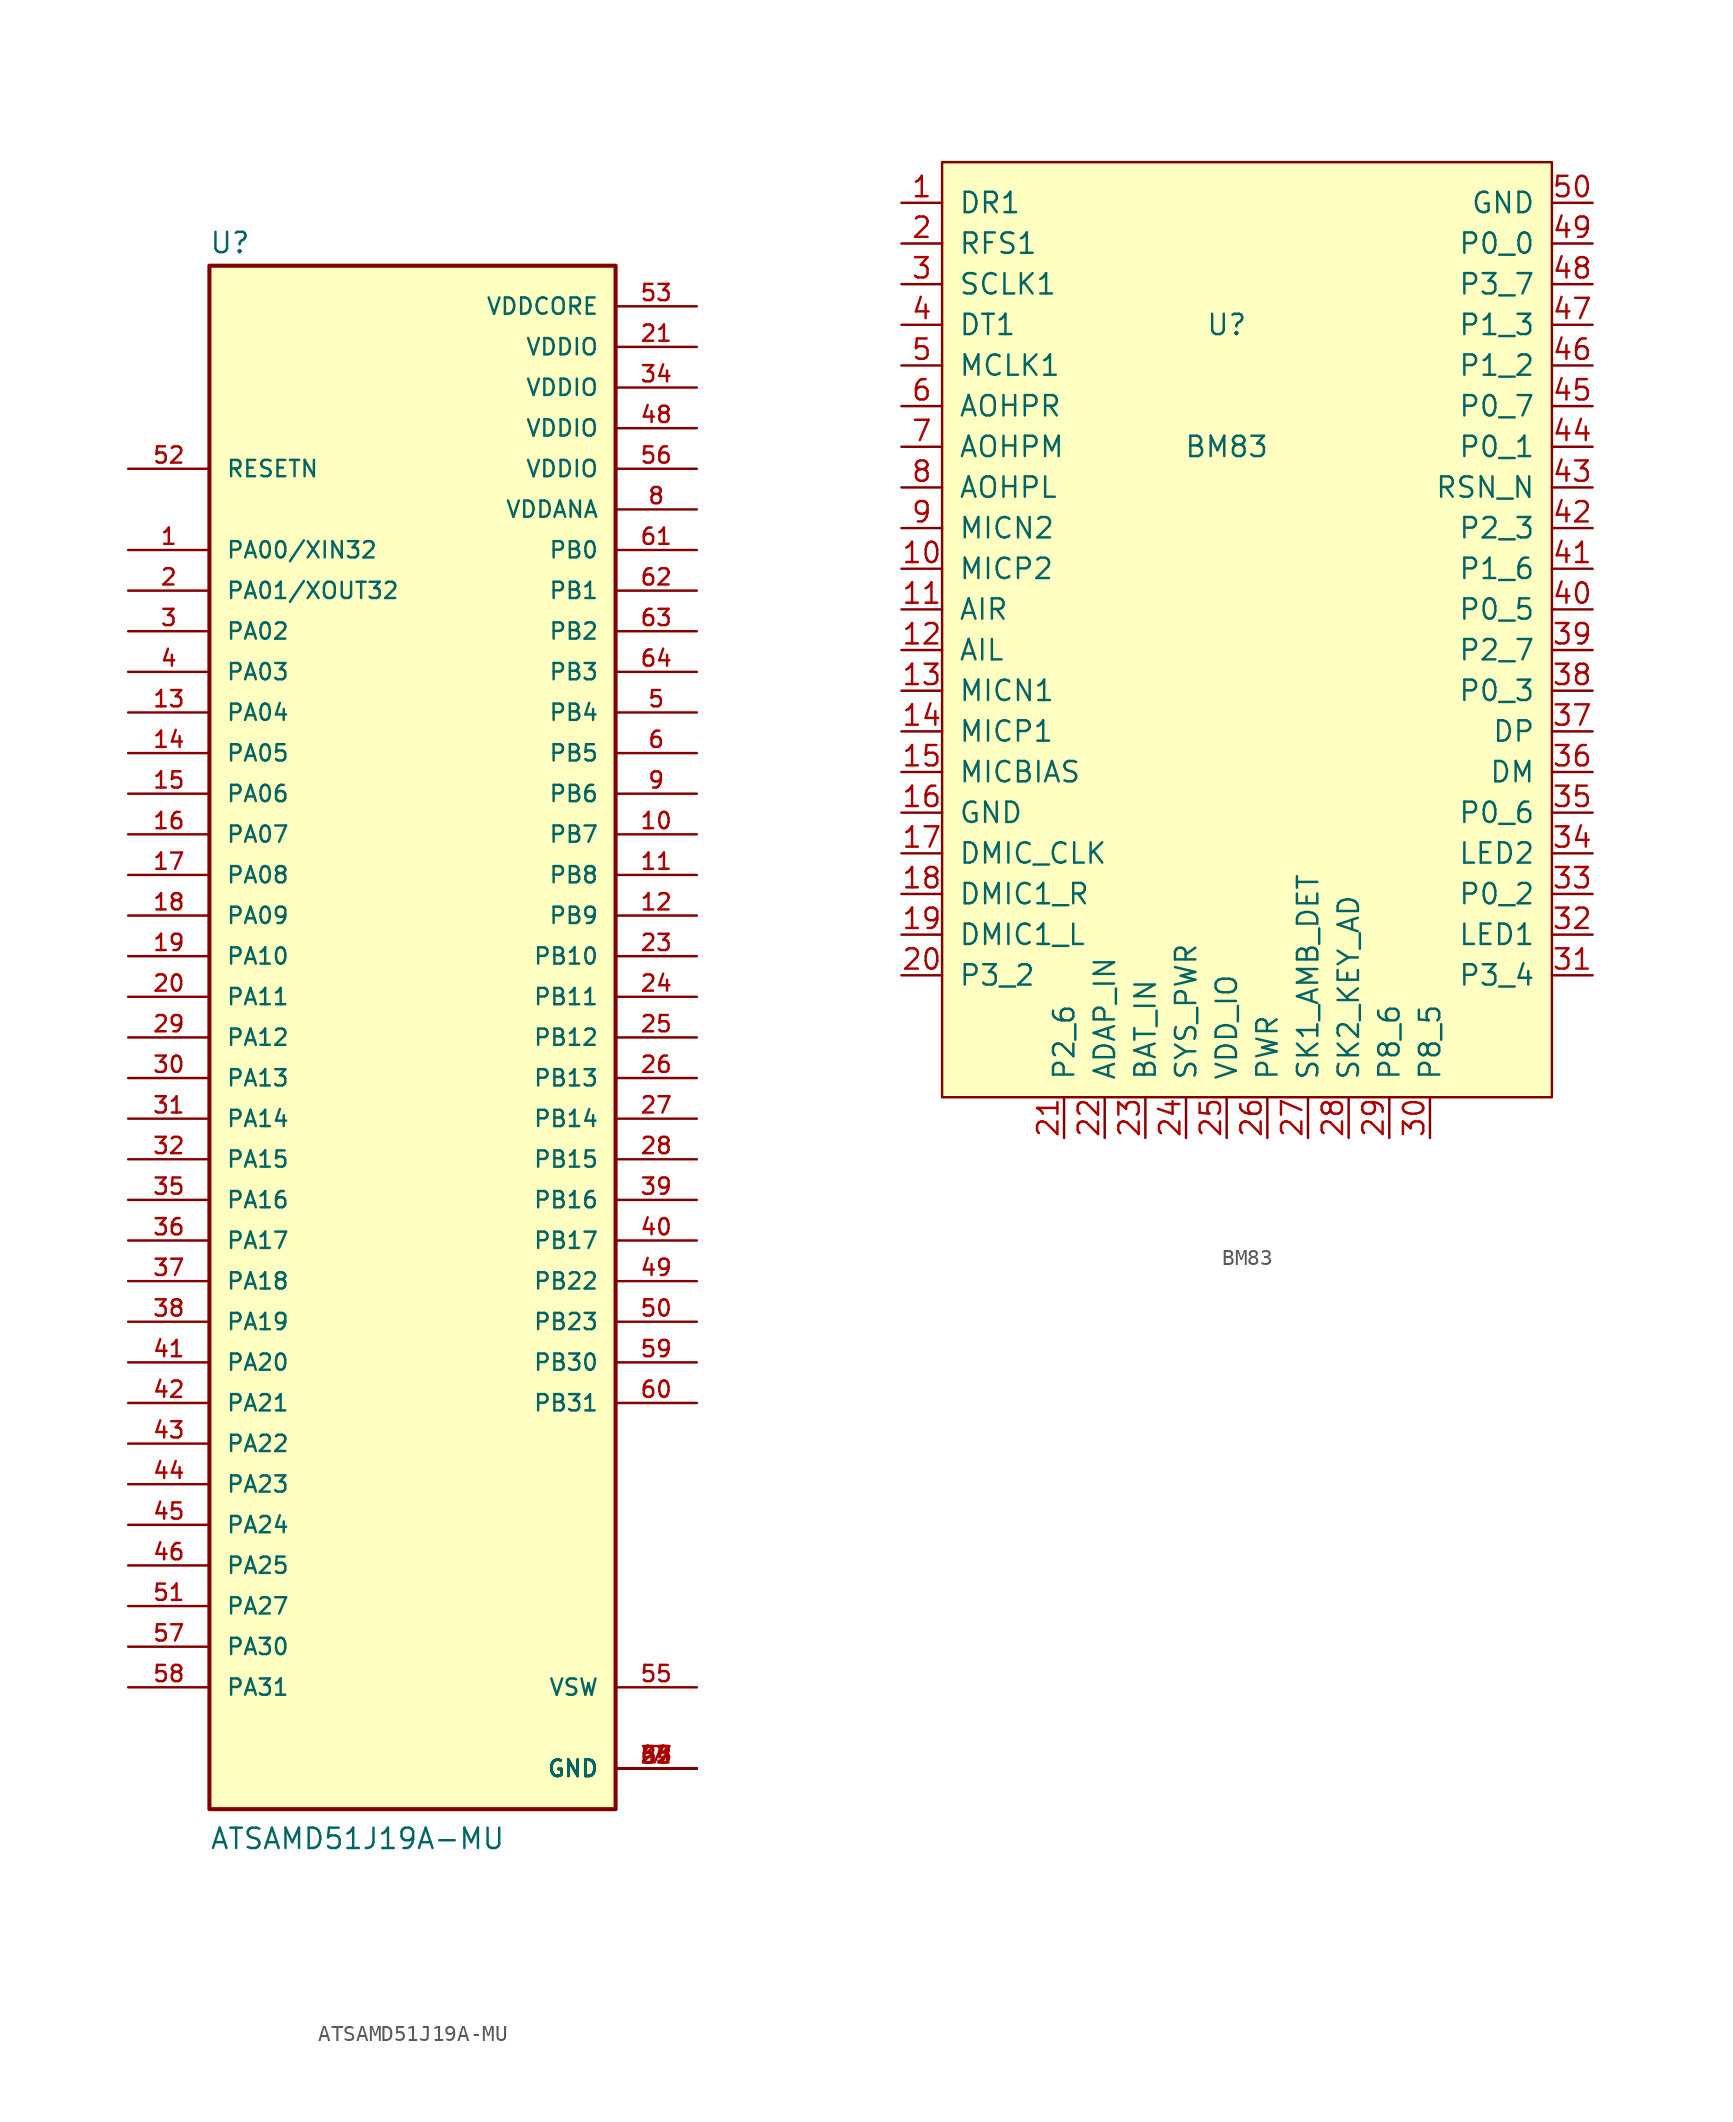
<source format=kicad_sym>
(kicad_symbol_lib
  (version 20211014)
  (generator kicad_symbol_editor)
  (symbol "ATSAMD51J19A-MU"
    (pin_names
      (offset 1.016))
    (property "Reference" "U"
      (at -12.725 48.946 0)
      (effects (font (size 1.27 1.27)) (justify left bottom)))
    (property "Value" "ATSAMD51J19A-MU"
      (at -12.7 -50.851 0)
      (effects (font (size 1.27 1.27)) (justify left bottom)))
    (property "ki_locked" ""
      (at 0 0 0)
      (effects (font (size 1.27 1.27))))
    (symbol "ATSAMD51J19A-MU_0_0"
      (rectangle (start -12.7 -48.26) (end 12.7 48.26) (stroke (width 0.254) (type default) (color 0 0 0 0)) (fill (type background)))
      (pin bidirectional line (at -17.78 30.48 0) (length 5.08) (name "PA00/XIN32" (effects (font (size 1.016 1.016)))) (number "1" (effects (font (size 1.016 1.016)))))
      (pin bidirectional line (at 17.78 12.7 180) (length 5.08) (name "PB7" (effects (font (size 1.016 1.016)))) (number "10" (effects (font (size 1.016 1.016)))))
      (pin bidirectional line (at 17.78 10.16 180) (length 5.08) (name "PB8" (effects (font (size 1.016 1.016)))) (number "11" (effects (font (size 1.016 1.016)))))
      (pin bidirectional line (at 17.78 7.62 180) (length 5.08) (name "PB9" (effects (font (size 1.016 1.016)))) (number "12" (effects (font (size 1.016 1.016)))))
      (pin bidirectional line (at -17.78 20.32 0) (length 5.08) (name "PA04" (effects (font (size 1.016 1.016)))) (number "13" (effects (font (size 1.016 1.016)))))
      (pin bidirectional line (at -17.78 17.78 0) (length 5.08) (name "PA05" (effects (font (size 1.016 1.016)))) (number "14" (effects (font (size 1.016 1.016)))))
      (pin bidirectional line (at -17.78 15.24 0) (length 5.08) (name "PA06" (effects (font (size 1.016 1.016)))) (number "15" (effects (font (size 1.016 1.016)))))
      (pin bidirectional line (at -17.78 12.7 0) (length 5.08) (name "PA07" (effects (font (size 1.016 1.016)))) (number "16" (effects (font (size 1.016 1.016)))))
      (pin bidirectional line (at -17.78 10.16 0) (length 5.08) (name "PA08" (effects (font (size 1.016 1.016)))) (number "17" (effects (font (size 1.016 1.016)))))
      (pin bidirectional line (at -17.78 7.62 0) (length 5.08) (name "PA09" (effects (font (size 1.016 1.016)))) (number "18" (effects (font (size 1.016 1.016)))))
      (pin bidirectional line (at -17.78 5.08 0) (length 5.08) (name "PA10" (effects (font (size 1.016 1.016)))) (number "19" (effects (font (size 1.016 1.016)))))
      (pin bidirectional line (at -17.78 27.94 0) (length 5.08) (name "PA01/XOUT32" (effects (font (size 1.016 1.016)))) (number "2" (effects (font (size 1.016 1.016)))))
      (pin bidirectional line (at -17.78 2.54 0) (length 5.08) (name "PA11" (effects (font (size 1.016 1.016)))) (number "20" (effects (font (size 1.016 1.016)))))
      (pin power_in line (at 17.78 43.18 180) (length 5.08) (name "VDDIO" (effects (font (size 1.016 1.016)))) (number "21" (effects (font (size 1.016 1.016)))))
      (pin power_in line (at 17.78 -45.72 180) (length 5.08) (name "GND" (effects (font (size 1.016 1.016)))) (number "22" (effects (font (size 1.016 1.016)))))
      (pin bidirectional line (at 17.78 5.08 180) (length 5.08) (name "PB10" (effects (font (size 1.016 1.016)))) (number "23" (effects (font (size 1.016 1.016)))))
      (pin bidirectional line (at 17.78 2.54 180) (length 5.08) (name "PB11" (effects (font (size 1.016 1.016)))) (number "24" (effects (font (size 1.016 1.016)))))
      (pin bidirectional line (at 17.78 0 180) (length 5.08) (name "PB12" (effects (font (size 1.016 1.016)))) (number "25" (effects (font (size 1.016 1.016)))))
      (pin bidirectional line (at 17.78 -2.54 180) (length 5.08) (name "PB13" (effects (font (size 1.016 1.016)))) (number "26" (effects (font (size 1.016 1.016)))))
      (pin bidirectional line (at 17.78 -5.08 180) (length 5.08) (name "PB14" (effects (font (size 1.016 1.016)))) (number "27" (effects (font (size 1.016 1.016)))))
      (pin bidirectional line (at 17.78 -7.62 180) (length 5.08) (name "PB15" (effects (font (size 1.016 1.016)))) (number "28" (effects (font (size 1.016 1.016)))))
      (pin bidirectional line (at -17.78 0 0) (length 5.08) (name "PA12" (effects (font (size 1.016 1.016)))) (number "29" (effects (font (size 1.016 1.016)))))
      (pin bidirectional line (at -17.78 25.4 0) (length 5.08) (name "PA02" (effects (font (size 1.016 1.016)))) (number "3" (effects (font (size 1.016 1.016)))))
      (pin bidirectional line (at -17.78 -2.54 0) (length 5.08) (name "PA13" (effects (font (size 1.016 1.016)))) (number "30" (effects (font (size 1.016 1.016)))))
      (pin bidirectional line (at -17.78 -5.08 0) (length 5.08) (name "PA14" (effects (font (size 1.016 1.016)))) (number "31" (effects (font (size 1.016 1.016)))))
      (pin bidirectional line (at -17.78 -7.62 0) (length 5.08) (name "PA15" (effects (font (size 1.016 1.016)))) (number "32" (effects (font (size 1.016 1.016)))))
      (pin power_in line (at 17.78 -45.72 180) (length 5.08) (name "GND" (effects (font (size 1.016 1.016)))) (number "33" (effects (font (size 1.016 1.016)))))
      (pin power_in line (at 17.78 40.64 180) (length 5.08) (name "VDDIO" (effects (font (size 1.016 1.016)))) (number "34" (effects (font (size 1.016 1.016)))))
      (pin bidirectional line (at -17.78 -10.16 0) (length 5.08) (name "PA16" (effects (font (size 1.016 1.016)))) (number "35" (effects (font (size 1.016 1.016)))))
      (pin bidirectional line (at -17.78 -12.7 0) (length 5.08) (name "PA17" (effects (font (size 1.016 1.016)))) (number "36" (effects (font (size 1.016 1.016)))))
      (pin bidirectional line (at -17.78 -15.24 0) (length 5.08) (name "PA18" (effects (font (size 1.016 1.016)))) (number "37" (effects (font (size 1.016 1.016)))))
      (pin bidirectional line (at -17.78 -17.78 0) (length 5.08) (name "PA19" (effects (font (size 1.016 1.016)))) (number "38" (effects (font (size 1.016 1.016)))))
      (pin bidirectional line (at 17.78 -10.16 180) (length 5.08) (name "PB16" (effects (font (size 1.016 1.016)))) (number "39" (effects (font (size 1.016 1.016)))))
      (pin bidirectional line (at -17.78 22.86 0) (length 5.08) (name "PA03" (effects (font (size 1.016 1.016)))) (number "4" (effects (font (size 1.016 1.016)))))
      (pin bidirectional line (at 17.78 -12.7 180) (length 5.08) (name "PB17" (effects (font (size 1.016 1.016)))) (number "40" (effects (font (size 1.016 1.016)))))
      (pin bidirectional line (at -17.78 -20.32 0) (length 5.08) (name "PA20" (effects (font (size 1.016 1.016)))) (number "41" (effects (font (size 1.016 1.016)))))
      (pin bidirectional line (at -17.78 -22.86 0) (length 5.08) (name "PA21" (effects (font (size 1.016 1.016)))) (number "42" (effects (font (size 1.016 1.016)))))
      (pin bidirectional line (at -17.78 -25.4 0) (length 5.08) (name "PA22" (effects (font (size 1.016 1.016)))) (number "43" (effects (font (size 1.016 1.016)))))
      (pin bidirectional line (at -17.78 -27.94 0) (length 5.08) (name "PA23" (effects (font (size 1.016 1.016)))) (number "44" (effects (font (size 1.016 1.016)))))
      (pin bidirectional line (at -17.78 -30.48 0) (length 5.08) (name "PA24" (effects (font (size 1.016 1.016)))) (number "45" (effects (font (size 1.016 1.016)))))
      (pin bidirectional line (at -17.78 -33.02 0) (length 5.08) (name "PA25" (effects (font (size 1.016 1.016)))) (number "46" (effects (font (size 1.016 1.016)))))
      (pin power_in line (at 17.78 -45.72 180) (length 5.08) (name "GND" (effects (font (size 1.016 1.016)))) (number "47" (effects (font (size 1.016 1.016)))))
      (pin power_in line (at 17.78 38.1 180) (length 5.08) (name "VDDIO" (effects (font (size 1.016 1.016)))) (number "48" (effects (font (size 1.016 1.016)))))
      (pin bidirectional line (at 17.78 -15.24 180) (length 5.08) (name "PB22" (effects (font (size 1.016 1.016)))) (number "49" (effects (font (size 1.016 1.016)))))
      (pin bidirectional line (at 17.78 20.32 180) (length 5.08) (name "PB4" (effects (font (size 1.016 1.016)))) (number "5" (effects (font (size 1.016 1.016)))))
      (pin bidirectional line (at 17.78 -17.78 180) (length 5.08) (name "PB23" (effects (font (size 1.016 1.016)))) (number "50" (effects (font (size 1.016 1.016)))))
      (pin bidirectional line (at -17.78 -35.56 0) (length 5.08) (name "PA27" (effects (font (size 1.016 1.016)))) (number "51" (effects (font (size 1.016 1.016)))))
      (pin input line (at -17.78 35.56 0) (length 5.08) (name "RESETN" (effects (font (size 1.016 1.016)))) (number "52" (effects (font (size 1.016 1.016)))))
      (pin power_in line (at 17.78 45.72 180) (length 5.08) (name "VDDCORE" (effects (font (size 1.016 1.016)))) (number "53" (effects (font (size 1.016 1.016)))))
      (pin power_in line (at 17.78 -45.72 180) (length 5.08) (name "GND" (effects (font (size 1.016 1.016)))) (number "54" (effects (font (size 1.016 1.016)))))
      (pin bidirectional line (at 17.78 -40.64 180) (length 5.08) (name "VSW" (effects (font (size 1.016 1.016)))) (number "55" (effects (font (size 1.016 1.016)))))
      (pin power_in line (at 17.78 35.56 180) (length 5.08) (name "VDDIO" (effects (font (size 1.016 1.016)))) (number "56" (effects (font (size 1.016 1.016)))))
      (pin bidirectional line (at -17.78 -38.1 0) (length 5.08) (name "PA30" (effects (font (size 1.016 1.016)))) (number "57" (effects (font (size 1.016 1.016)))))
      (pin bidirectional line (at -17.78 -40.64 0) (length 5.08) (name "PA31" (effects (font (size 1.016 1.016)))) (number "58" (effects (font (size 1.016 1.016)))))
      (pin bidirectional line (at 17.78 -20.32 180) (length 5.08) (name "PB30" (effects (font (size 1.016 1.016)))) (number "59" (effects (font (size 1.016 1.016)))))
      (pin bidirectional line (at 17.78 17.78 180) (length 5.08) (name "PB5" (effects (font (size 1.016 1.016)))) (number "6" (effects (font (size 1.016 1.016)))))
      (pin bidirectional line (at 17.78 -22.86 180) (length 5.08) (name "PB31" (effects (font (size 1.016 1.016)))) (number "60" (effects (font (size 1.016 1.016)))))
      (pin bidirectional line (at 17.78 30.48 180) (length 5.08) (name "PB0" (effects (font (size 1.016 1.016)))) (number "61" (effects (font (size 1.016 1.016)))))
      (pin bidirectional line (at 17.78 27.94 180) (length 5.08) (name "PB1" (effects (font (size 1.016 1.016)))) (number "62" (effects (font (size 1.016 1.016)))))
      (pin bidirectional line (at 17.78 25.4 180) (length 5.08) (name "PB2" (effects (font (size 1.016 1.016)))) (number "63" (effects (font (size 1.016 1.016)))))
      (pin bidirectional line (at 17.78 22.86 180) (length 5.08) (name "PB3" (effects (font (size 1.016 1.016)))) (number "64" (effects (font (size 1.016 1.016)))))
      (pin power_in line (at 17.78 -45.72 180) (length 5.08) (name "GND" (effects (font (size 1.016 1.016)))) (number "7" (effects (font (size 1.016 1.016)))))
      (pin power_in line (at 17.78 33.02 180) (length 5.08) (name "VDDANA" (effects (font (size 1.016 1.016)))) (number "8" (effects (font (size 1.016 1.016)))))
      (pin bidirectional line (at 17.78 15.24 180) (length 5.08) (name "PB6" (effects (font (size 1.016 1.016)))) (number "9" (effects (font (size 1.016 1.016))))))
    (symbol "ATSAMD51J19A-MU_1_1"
      (pin power_in line (at 17.78 -45.72 180) (length 5.08) (name "GND" (effects (font (size 1.016 1.016)))) (number "65" (effects (font (size 1.016 1.016)))))))
  (symbol "BM83"
    (pin_names
      (offset 1.016))
    (property "Reference" "U"
      (at 17.78 48.26 0)
      (effects (font (size 1.27 1.27))))
    (property "Value" "BM83"
      (at 17.78 40.64 0)
      (effects (font (size 1.27 1.27))))
    (symbol "BM83_0_1"
      (rectangle (start 0 0) (end 38.1 58.42) (stroke (width 0) (type default) (color 0 0 0 0)) (fill (type background))))
    (symbol "BM83_1_1"
      (pin input line (at -2.54 55.88 0) (length 2.54) (name "DR1" (effects (font (size 1.27 1.27)))) (number "1" (effects (font (size 1.27 1.27)))))
      (pin input line (at -2.54 33.02 0) (length 2.54) (name "MICP2" (effects (font (size 1.27 1.27)))) (number "10" (effects (font (size 1.27 1.27)))))
      (pin input line (at -2.54 30.48 0) (length 2.54) (name "AIR" (effects (font (size 1.27 1.27)))) (number "11" (effects (font (size 1.27 1.27)))))
      (pin input line (at -2.54 27.94 0) (length 2.54) (name "AIL" (effects (font (size 1.27 1.27)))) (number "12" (effects (font (size 1.27 1.27)))))
      (pin input line (at -2.54 25.4 0) (length 2.54) (name "MICN1" (effects (font (size 1.27 1.27)))) (number "13" (effects (font (size 1.27 1.27)))))
      (pin input line (at -2.54 22.86 0) (length 2.54) (name "MICP1" (effects (font (size 1.27 1.27)))) (number "14" (effects (font (size 1.27 1.27)))))
      (pin power_out line (at -2.54 20.32 0) (length 2.54) (name "MICBIAS" (effects (font (size 1.27 1.27)))) (number "15" (effects (font (size 1.27 1.27)))))
      (pin power_in line (at -2.54 17.78 0) (length 2.54) (name "GND" (effects (font (size 1.27 1.27)))) (number "16" (effects (font (size 1.27 1.27)))))
      (pin input line (at -2.54 15.24 0) (length 2.54) (name "DMIC_CLK" (effects (font (size 1.27 1.27)))) (number "17" (effects (font (size 1.27 1.27)))))
      (pin input line (at -2.54 12.7 0) (length 2.54) (name "DMIC1_R" (effects (font (size 1.27 1.27)))) (number "18" (effects (font (size 1.27 1.27)))))
      (pin input line (at -2.54 10.16 0) (length 2.54) (name "DMIC1_L" (effects (font (size 1.27 1.27)))) (number "19" (effects (font (size 1.27 1.27)))))
      (pin input line (at -2.54 53.34 0) (length 2.54) (name "RFS1" (effects (font (size 1.27 1.27)))) (number "2" (effects (font (size 1.27 1.27)))))
      (pin input line (at -2.54 7.62 0) (length 2.54) (name "P3_2" (effects (font (size 1.27 1.27)))) (number "20" (effects (font (size 1.27 1.27)))))
      (pin input line (at 7.62 -2.54 90) (length 2.54) (name "P2_6" (effects (font (size 1.27 1.27)))) (number "21" (effects (font (size 1.27 1.27)))))
      (pin input line (at 10.16 -2.54 90) (length 2.54) (name "ADAP_IN" (effects (font (size 1.27 1.27)))) (number "22" (effects (font (size 1.27 1.27)))))
      (pin input line (at 12.7 -2.54 90) (length 2.54) (name "BAT_IN" (effects (font (size 1.27 1.27)))) (number "23" (effects (font (size 1.27 1.27)))))
      (pin input line (at 15.24 -2.54 90) (length 2.54) (name "SYS_PWR" (effects (font (size 1.27 1.27)))) (number "24" (effects (font (size 1.27 1.27)))))
      (pin input line (at 17.78 -2.54 90) (length 2.54) (name "VDD_IO" (effects (font (size 1.27 1.27)))) (number "25" (effects (font (size 1.27 1.27)))))
      (pin input line (at 20.32 -2.54 90) (length 2.54) (name "PWR" (effects (font (size 1.27 1.27)))) (number "26" (effects (font (size 1.27 1.27)))))
      (pin input line (at 22.86 -2.54 90) (length 2.54) (name "SK1_AMB_DET" (effects (font (size 1.27 1.27)))) (number "27" (effects (font (size 1.27 1.27)))))
      (pin input line (at 25.4 -2.54 90) (length 2.54) (name "SK2_KEY_AD" (effects (font (size 1.27 1.27)))) (number "28" (effects (font (size 1.27 1.27)))))
      (pin input line (at 27.94 -2.54 90) (length 2.54) (name "P8_6" (effects (font (size 1.27 1.27)))) (number "29" (effects (font (size 1.27 1.27)))))
      (pin input line (at -2.54 50.8 0) (length 2.54) (name "SCLK1" (effects (font (size 1.27 1.27)))) (number "3" (effects (font (size 1.27 1.27)))))
      (pin input line (at 30.48 -2.54 90) (length 2.54) (name "P8_5" (effects (font (size 1.27 1.27)))) (number "30" (effects (font (size 1.27 1.27)))))
      (pin input line (at 40.64 7.62 180) (length 2.54) (name "P3_4" (effects (font (size 1.27 1.27)))) (number "31" (effects (font (size 1.27 1.27)))))
      (pin input line (at 40.64 10.16 180) (length 2.54) (name "LED1" (effects (font (size 1.27 1.27)))) (number "32" (effects (font (size 1.27 1.27)))))
      (pin input line (at 40.64 12.7 180) (length 2.54) (name "P0_2" (effects (font (size 1.27 1.27)))) (number "33" (effects (font (size 1.27 1.27)))))
      (pin input line (at 40.64 15.24 180) (length 2.54) (name "LED2" (effects (font (size 1.27 1.27)))) (number "34" (effects (font (size 1.27 1.27)))))
      (pin input line (at 40.64 17.78 180) (length 2.54) (name "P0_6" (effects (font (size 1.27 1.27)))) (number "35" (effects (font (size 1.27 1.27)))))
      (pin input line (at 40.64 20.32 180) (length 2.54) (name "DM" (effects (font (size 1.27 1.27)))) (number "36" (effects (font (size 1.27 1.27)))))
      (pin input line (at 40.64 22.86 180) (length 2.54) (name "DP" (effects (font (size 1.27 1.27)))) (number "37" (effects (font (size 1.27 1.27)))))
      (pin input line (at 40.64 25.4 180) (length 2.54) (name "P0_3" (effects (font (size 1.27 1.27)))) (number "38" (effects (font (size 1.27 1.27)))))
      (pin input line (at 40.64 27.94 180) (length 2.54) (name "P2_7" (effects (font (size 1.27 1.27)))) (number "39" (effects (font (size 1.27 1.27)))))
      (pin input line (at -2.54 48.26 0) (length 2.54) (name "DT1" (effects (font (size 1.27 1.27)))) (number "4" (effects (font (size 1.27 1.27)))))
      (pin input line (at 40.64 30.48 180) (length 2.54) (name "P0_5" (effects (font (size 1.27 1.27)))) (number "40" (effects (font (size 1.27 1.27)))))
      (pin input line (at 40.64 33.02 180) (length 2.54) (name "P1_6" (effects (font (size 1.27 1.27)))) (number "41" (effects (font (size 1.27 1.27)))))
      (pin input line (at 40.64 35.56 180) (length 2.54) (name "P2_3" (effects (font (size 1.27 1.27)))) (number "42" (effects (font (size 1.27 1.27)))))
      (pin input line (at 40.64 38.1 180) (length 2.54) (name "RSN_N" (effects (font (size 1.27 1.27)))) (number "43" (effects (font (size 1.27 1.27)))))
      (pin input line (at 40.64 40.64 180) (length 2.54) (name "P0_1" (effects (font (size 1.27 1.27)))) (number "44" (effects (font (size 1.27 1.27)))))
      (pin input line (at 40.64 43.18 180) (length 2.54) (name "P0_7" (effects (font (size 1.27 1.27)))) (number "45" (effects (font (size 1.27 1.27)))))
      (pin input line (at 40.64 45.72 180) (length 2.54) (name "P1_2" (effects (font (size 1.27 1.27)))) (number "46" (effects (font (size 1.27 1.27)))))
      (pin input line (at 40.64 48.26 180) (length 2.54) (name "P1_3" (effects (font (size 1.27 1.27)))) (number "47" (effects (font (size 1.27 1.27)))))
      (pin input line (at 40.64 50.8 180) (length 2.54) (name "P3_7" (effects (font (size 1.27 1.27)))) (number "48" (effects (font (size 1.27 1.27)))))
      (pin input line (at 40.64 53.34 180) (length 2.54) (name "P0_0" (effects (font (size 1.27 1.27)))) (number "49" (effects (font (size 1.27 1.27)))))
      (pin input line (at -2.54 45.72 0) (length 2.54) (name "MCLK1" (effects (font (size 1.27 1.27)))) (number "5" (effects (font (size 1.27 1.27)))))
      (pin power_in line (at 40.64 55.88 180) (length 2.54) (name "GND" (effects (font (size 1.27 1.27)))) (number "50" (effects (font (size 1.27 1.27)))))
      (pin input line (at -2.54 43.18 0) (length 2.54) (name "AOHPR" (effects (font (size 1.27 1.27)))) (number "6" (effects (font (size 1.27 1.27)))))
      (pin input line (at -2.54 40.64 0) (length 2.54) (name "AOHPM" (effects (font (size 1.27 1.27)))) (number "7" (effects (font (size 1.27 1.27)))))
      (pin input line (at -2.54 38.1 0) (length 2.54) (name "AOHPL" (effects (font (size 1.27 1.27)))) (number "8" (effects (font (size 1.27 1.27)))))
      (pin input line (at -2.54 35.56 0) (length 2.54) (name "MICN2" (effects (font (size 1.27 1.27)))) (number "9" (effects (font (size 1.27 1.27))))))))
</source>
